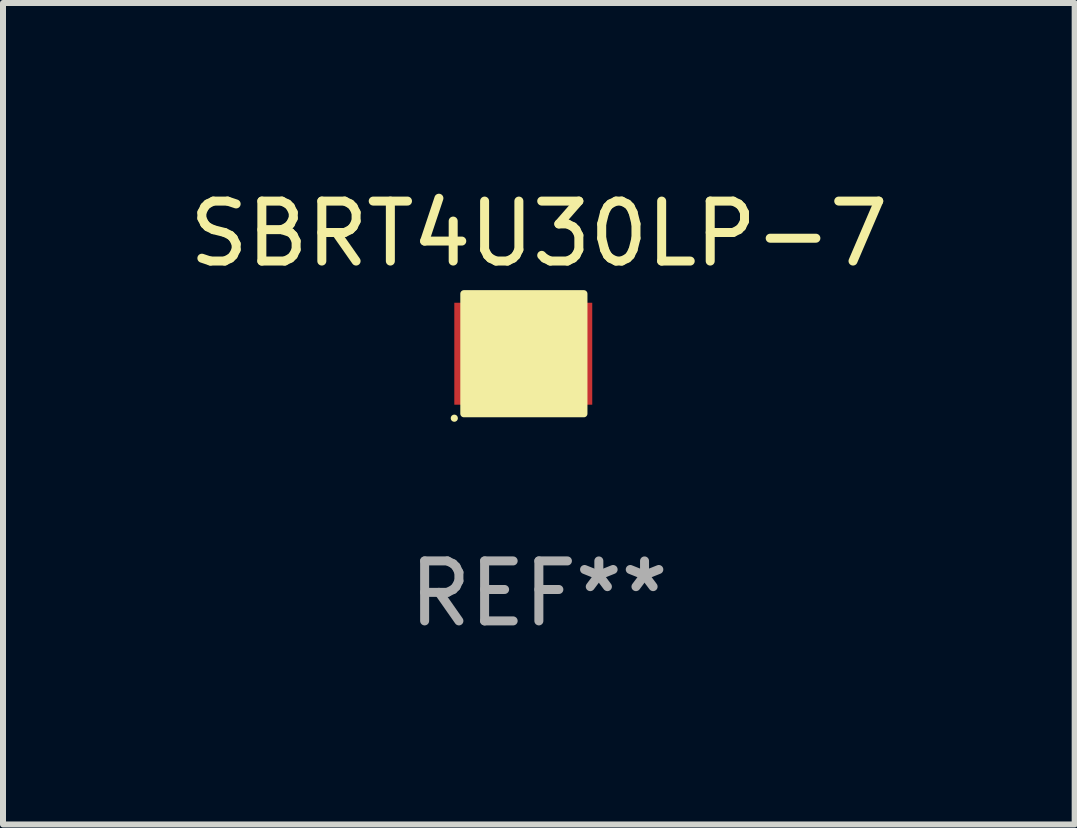
<source format=kicad_pcb>
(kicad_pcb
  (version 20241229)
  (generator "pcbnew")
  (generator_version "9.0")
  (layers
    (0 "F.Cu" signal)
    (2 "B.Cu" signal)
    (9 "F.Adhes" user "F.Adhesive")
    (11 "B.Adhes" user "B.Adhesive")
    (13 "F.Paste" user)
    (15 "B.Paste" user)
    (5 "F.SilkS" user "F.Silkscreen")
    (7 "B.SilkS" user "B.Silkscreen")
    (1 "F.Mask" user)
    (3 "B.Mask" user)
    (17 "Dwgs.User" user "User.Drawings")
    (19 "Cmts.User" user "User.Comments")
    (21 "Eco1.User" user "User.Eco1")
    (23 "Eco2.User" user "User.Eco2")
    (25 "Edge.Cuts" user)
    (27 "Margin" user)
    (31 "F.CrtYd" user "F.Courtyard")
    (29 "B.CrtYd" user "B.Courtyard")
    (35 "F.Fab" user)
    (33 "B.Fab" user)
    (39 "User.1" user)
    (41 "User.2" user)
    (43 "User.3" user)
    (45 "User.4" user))
  (footprint "SBRT4U30LP-7"
    (layer "F.Cu")
    (at 5.935 2.848)
    (property "Reference" "SBRT4U30LP-7" (at 0 -2 0) (layer "F.SilkS") (effects (font (size 1 1) (thickness 0.15))))
    (attr through_hole)
    (fp_circle (center -1.41 1.075) (end -1.38 1.075) (stroke (width 0.06) (type solid)) (fill no) (layer "F.SilkS"))
    (fp_poly (pts (xy -1.25 -1) (xy 0.75 -1) (xy 0.75 1) (xy -1.25 1)) (stroke (width 0.12) (type solid)) (fill yes) (layer "F.SilkS"))
    (fp_text user "REF**" (at 0 4 0) (layer "F.Fab") (effects (font (size 1 1) (thickness 0.15))))
    (pad "1" smd rect (at -0.65 0) (size 1.52 1.7) (layers "F.Cu" "F.Mask" "F.Paste"))
    (pad "2" smd rect (at 0.65 0) (size 0.48 1.7) (layers "F.Cu" "F.Mask" "F.Paste")))
  (gr_rect
    (start -3 -3)
    (end 14.869 10.697)
    (stroke (width 0.1) (type default))
    (fill no)
    (layer "Edge.Cuts")))
</source>
